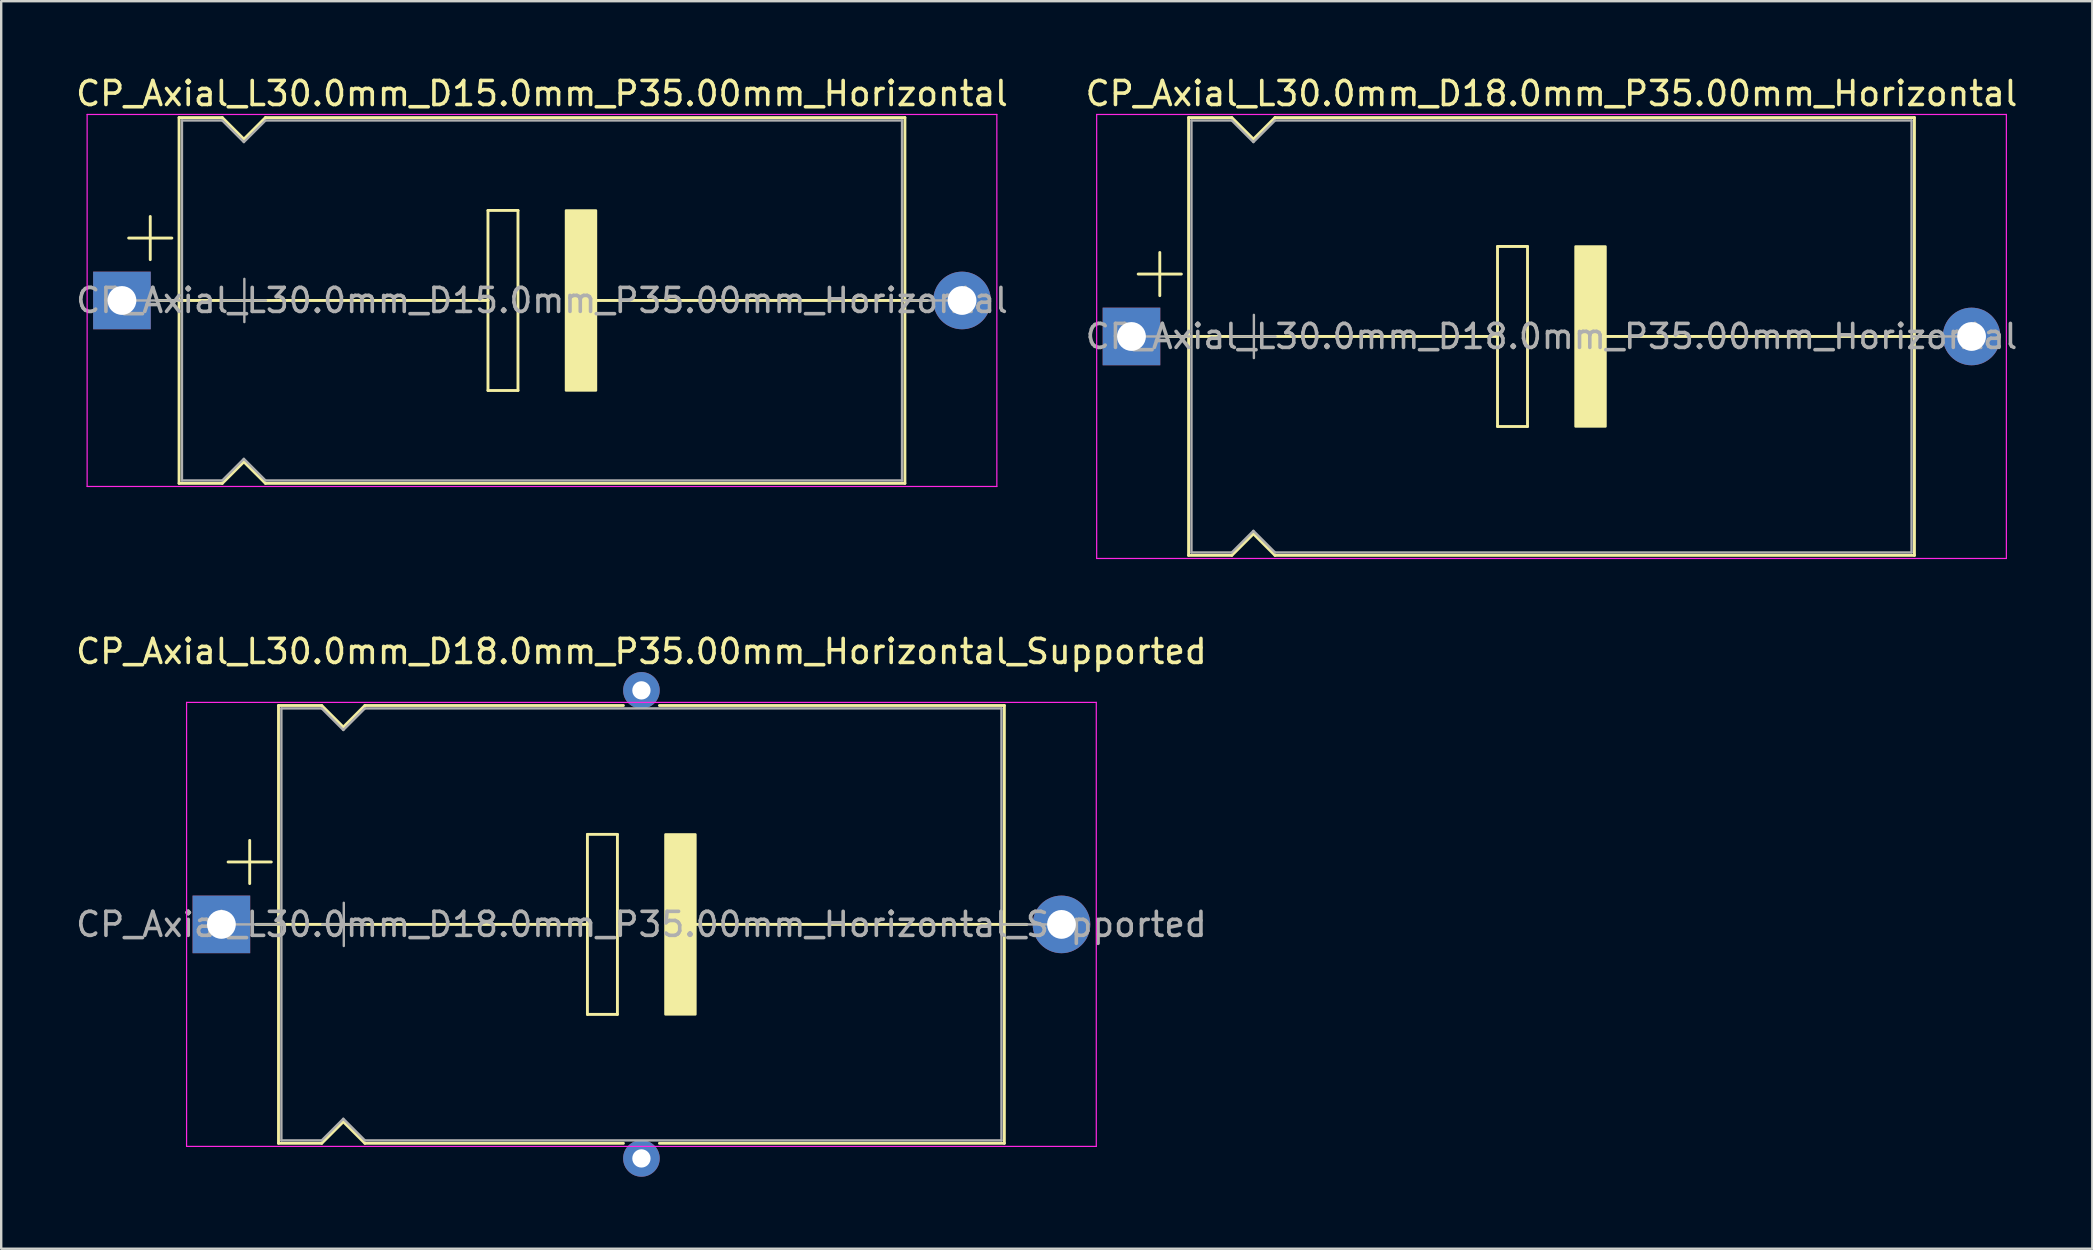
<source format=kicad_pcb>
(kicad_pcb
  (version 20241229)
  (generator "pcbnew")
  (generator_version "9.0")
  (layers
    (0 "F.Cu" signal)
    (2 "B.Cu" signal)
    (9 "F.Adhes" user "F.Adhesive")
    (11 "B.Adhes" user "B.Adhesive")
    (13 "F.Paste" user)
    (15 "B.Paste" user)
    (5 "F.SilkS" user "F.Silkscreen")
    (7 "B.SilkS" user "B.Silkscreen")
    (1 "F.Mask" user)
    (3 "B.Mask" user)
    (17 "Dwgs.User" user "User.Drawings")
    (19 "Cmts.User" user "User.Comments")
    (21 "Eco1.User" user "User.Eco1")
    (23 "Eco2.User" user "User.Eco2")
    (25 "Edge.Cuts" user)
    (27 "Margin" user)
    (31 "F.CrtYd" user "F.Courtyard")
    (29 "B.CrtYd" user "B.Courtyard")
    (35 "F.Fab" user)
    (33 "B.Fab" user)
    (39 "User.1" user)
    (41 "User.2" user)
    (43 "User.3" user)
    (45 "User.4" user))
  (footprint "CP_Axial_L30.0mm_D15.0mm_P35.00mm_Horizontal"
    (layer "F.Cu")
    (at 2.03 9.468)
    (property "Reference" "CP_Axial_L30.0mm_D15.0mm_P35.00mm_Horizontal" (at 17.5 -8.62 0) (layer "F.SilkS") (effects (font (size 1 1) (thickness 0.15))))
    (attr through_hole)
    (fp_line (start 0.28 -2.6) (end 2.08 -2.6) (stroke (width 0.12) (type solid)) (layer "F.SilkS"))
    (fp_line (start 1.18 -3.5) (end 1.18 -1.7) (stroke (width 0.12) (type solid)) (layer "F.SilkS"))
    (fp_line (start 1.44 0) (end 2.38 0) (stroke (width 0.12) (type solid)) (layer "F.SilkS"))
    (fp_line (start 2.38 -7.62) (end 2.38 7.62) (stroke (width 0.12) (type solid)) (layer "F.SilkS"))
    (fp_line (start 2.38 -7.62) (end 4.18 -7.62) (stroke (width 0.12) (type solid)) (layer "F.SilkS"))
    (fp_line (start 2.38 0) (end 15.25 0) (stroke (width 0.12) (type solid)) (layer "F.SilkS"))
    (fp_line (start 2.38 7.62) (end 4.18 7.62) (stroke (width 0.12) (type solid)) (layer "F.SilkS"))
    (fp_line (start 4.18 -7.62) (end 5.08 -6.72) (stroke (width 0.12) (type solid)) (layer "F.SilkS"))
    (fp_line (start 4.18 7.62) (end 5.08 6.72) (stroke (width 0.12) (type solid)) (layer "F.SilkS"))
    (fp_line (start 5.08 -6.72) (end 5.98 -7.62) (stroke (width 0.12) (type solid)) (layer "F.SilkS"))
    (fp_line (start 5.08 6.72) (end 5.98 7.62) (stroke (width 0.12) (type solid)) (layer "F.SilkS"))
    (fp_line (start 5.98 -7.62) (end 32.62 -7.62) (stroke (width 0.12) (type solid)) (layer "F.SilkS"))
    (fp_line (start 5.98 7.62) (end 32.62 7.62) (stroke (width 0.12) (type solid)) (layer "F.SilkS"))
    (fp_line (start 15.25 -3.75) (end 16.5 -3.75) (stroke (width 0.12) (type solid)) (layer "F.SilkS"))
    (fp_line (start 15.25 0) (end 15.25 -3.75) (stroke (width 0.12) (type solid)) (layer "F.SilkS"))
    (fp_line (start 15.25 3.75) (end 15.25 0) (stroke (width 0.12) (type solid)) (layer "F.SilkS"))
    (fp_line (start 16.5 -3.75) (end 16.5 3.75) (stroke (width 0.12) (type solid)) (layer "F.SilkS"))
    (fp_line (start 16.5 3.75) (end 15.25 3.75) (stroke (width 0.12) (type solid)) (layer "F.SilkS"))
    (fp_line (start 19.75 0) (end 32.639 0) (stroke (width 0.12) (type solid)) (layer "F.SilkS"))
    (fp_line (start 32.62 -7.62) (end 32.62 7.62) (stroke (width 0.12) (type solid)) (layer "F.SilkS"))
    (fp_line (start 33.56 0) (end 32.62 0) (stroke (width 0.12) (type solid)) (layer "F.SilkS"))
    (fp_poly (pts (xy 19.75 3.75) (xy 18.5 3.75) (xy 18.5 -3.75) (xy 19.75 -3.75)) (stroke (width 0.1) (type solid)) (fill yes) (layer "F.SilkS"))
    (fp_line (start -1.45 -7.75) (end -1.45 7.75) (stroke (width 0.05) (type solid)) (layer "F.CrtYd"))
    (fp_line (start -1.45 7.75) (end 36.45 7.75) (stroke (width 0.05) (type solid)) (layer "F.CrtYd"))
    (fp_line (start 36.45 -7.75) (end -1.45 -7.75) (stroke (width 0.05) (type solid)) (layer "F.CrtYd"))
    (fp_line (start 36.45 7.75) (end 36.45 -7.75) (stroke (width 0.05) (type solid)) (layer "F.CrtYd"))
    (fp_line (start 0 0) (end 2.5 0) (stroke (width 0.1) (type solid)) (layer "F.Fab"))
    (fp_line (start 2.5 -7.5) (end 2.5 7.5) (stroke (width 0.1) (type solid)) (layer "F.Fab"))
    (fp_line (start 2.5 -7.5) (end 4.18 -7.5) (stroke (width 0.1) (type solid)) (layer "F.Fab"))
    (fp_line (start 2.5 7.5) (end 4.18 7.5) (stroke (width 0.1) (type solid)) (layer "F.Fab"))
    (fp_line (start 4.18 -7.5) (end 5.08 -6.6) (stroke (width 0.1) (type solid)) (layer "F.Fab"))
    (fp_line (start 4.18 7.5) (end 5.08 6.6) (stroke (width 0.1) (type solid)) (layer "F.Fab"))
    (fp_line (start 4.2 0) (end 6 0) (stroke (width 0.1) (type solid)) (layer "F.Fab"))
    (fp_line (start 5.08 -6.6) (end 5.98 -7.5) (stroke (width 0.1) (type solid)) (layer "F.Fab"))
    (fp_line (start 5.08 6.6) (end 5.98 7.5) (stroke (width 0.1) (type solid)) (layer "F.Fab"))
    (fp_line (start 5.1 -0.9) (end 5.1 0.9) (stroke (width 0.1) (type solid)) (layer "F.Fab"))
    (fp_line (start 5.98 -7.5) (end 32.5 -7.5) (stroke (width 0.1) (type solid)) (layer "F.Fab"))
    (fp_line (start 5.98 7.5) (end 32.5 7.5) (stroke (width 0.1) (type solid)) (layer "F.Fab"))
    (fp_line (start 32.5 -7.5) (end 32.5 7.5) (stroke (width 0.1) (type solid)) (layer "F.Fab"))
    (fp_line (start 35 0) (end 32.5 0) (stroke (width 0.1) (type solid)) (layer "F.Fab"))
    (fp_text user "${REFERENCE}" (at 17.5 0 0) (layer "F.Fab") (effects (font (size 1 1) (thickness 0.15))))
    (pad "1" thru_hole rect (at 0 0) (size 2.4 2.4) (drill 1.2) (layers "*.Cu" "*.Mask"))
    (pad "2" thru_hole oval (at 35 0) (size 2.4 2.4) (drill 1.2) (layers "*.Cu" "*.Mask")))
  (footprint "CP_Axial_L30.0mm_D18.0mm_P35.00mm_Horizontal_Supported"
    (layer "F.Cu")
    (at 6.173 35.462)
    (property "Reference" "CP_Axial_L30.0mm_D18.0mm_P35.00mm_Horizontal_Supported" (at 17.5 -11.37 0) (layer "F.SilkS") (effects (font (size 1 1) (thickness 0.15))))
    (attr through_hole)
    (fp_line (start 0.28 -2.6) (end 2.08 -2.6) (stroke (width 0.12) (type solid)) (layer "F.SilkS"))
    (fp_line (start 1.18 -3.5) (end 1.18 -1.7) (stroke (width 0.12) (type solid)) (layer "F.SilkS"))
    (fp_line (start 1.44 0) (end 2.38 0) (stroke (width 0.12) (type solid)) (layer "F.SilkS"))
    (fp_line (start 2.38 -9.12) (end 2.38 9.12) (stroke (width 0.12) (type solid)) (layer "F.SilkS"))
    (fp_line (start 2.38 -9.12) (end 4.18 -9.12) (stroke (width 0.12) (type solid)) (layer "F.SilkS"))
    (fp_line (start 2.38 0) (end 15.25 0) (stroke (width 0.12) (type solid)) (layer "F.SilkS"))
    (fp_line (start 2.38 9.12) (end 4.18 9.12) (stroke (width 0.12) (type solid)) (layer "F.SilkS"))
    (fp_line (start 4.18 -9.12) (end 5.08 -8.22) (stroke (width 0.12) (type solid)) (layer "F.SilkS"))
    (fp_line (start 4.18 9.12) (end 5.08 8.22) (stroke (width 0.12) (type solid)) (layer "F.SilkS"))
    (fp_line (start 5.08 -8.22) (end 5.98 -9.12) (stroke (width 0.12) (type solid)) (layer "F.SilkS"))
    (fp_line (start 5.08 8.22) (end 5.98 9.12) (stroke (width 0.12) (type solid)) (layer "F.SilkS"))
    (fp_line (start 5.98 -9.12) (end 16.75 -9.12) (stroke (width 0.12) (type solid)) (layer "F.SilkS"))
    (fp_line (start 5.98 9.12) (end 16.75 9.12) (stroke (width 0.12) (type solid)) (layer "F.SilkS"))
    (fp_line (start 15.25 -3.75) (end 16.5 -3.75) (stroke (width 0.12) (type solid)) (layer "F.SilkS"))
    (fp_line (start 15.25 0) (end 15.25 -3.75) (stroke (width 0.12) (type solid)) (layer "F.SilkS"))
    (fp_line (start 15.25 3.75) (end 15.25 0) (stroke (width 0.12) (type solid)) (layer "F.SilkS"))
    (fp_line (start 16.5 -3.75) (end 16.5 3.75) (stroke (width 0.12) (type solid)) (layer "F.SilkS"))
    (fp_line (start 16.5 3.75) (end 15.25 3.75) (stroke (width 0.12) (type solid)) (layer "F.SilkS"))
    (fp_line (start 18.25 -9.12) (end 32.62 -9.12) (stroke (width 0.12) (type solid)) (layer "F.SilkS"))
    (fp_line (start 18.25 9.12) (end 32.62 9.12) (stroke (width 0.12) (type solid)) (layer "F.SilkS"))
    (fp_line (start 19.75 0) (end 32.62 0) (stroke (width 0.12) (type solid)) (layer "F.SilkS"))
    (fp_line (start 32.62 -9.12) (end 32.62 9.12) (stroke (width 0.12) (type solid)) (layer "F.SilkS"))
    (fp_line (start 33.56 0) (end 32.62 0) (stroke (width 0.12) (type solid)) (layer "F.SilkS"))
    (fp_poly (pts (xy 19.75 3.75) (xy 18.5 3.75) (xy 18.5 -3.75) (xy 19.75 -3.75)) (stroke (width 0.1) (type solid)) (fill yes) (layer "F.SilkS"))
    (fp_line (start -1.45 -9.25) (end -1.45 9.25) (stroke (width 0.05) (type solid)) (layer "F.CrtYd"))
    (fp_line (start -1.45 9.25) (end 36.45 9.25) (stroke (width 0.05) (type solid)) (layer "F.CrtYd"))
    (fp_line (start 36.45 -9.25) (end -1.45 -9.25) (stroke (width 0.05) (type solid)) (layer "F.CrtYd"))
    (fp_line (start 36.45 9.25) (end 36.45 -9.25) (stroke (width 0.05) (type solid)) (layer "F.CrtYd"))
    (fp_line (start 0 0) (end 2.5 0) (stroke (width 0.1) (type solid)) (layer "F.Fab"))
    (fp_line (start 2.5 -9) (end 2.5 9) (stroke (width 0.1) (type solid)) (layer "F.Fab"))
    (fp_line (start 2.5 -9) (end 4.18 -9) (stroke (width 0.1) (type solid)) (layer "F.Fab"))
    (fp_line (start 2.5 9) (end 4.18 9) (stroke (width 0.1) (type solid)) (layer "F.Fab"))
    (fp_line (start 4.18 -9) (end 5.08 -8.1) (stroke (width 0.1) (type solid)) (layer "F.Fab"))
    (fp_line (start 4.18 9) (end 5.08 8.1) (stroke (width 0.1) (type solid)) (layer "F.Fab"))
    (fp_line (start 4.2 0) (end 6 0) (stroke (width 0.1) (type solid)) (layer "F.Fab"))
    (fp_line (start 5.08 -8.1) (end 5.98 -9) (stroke (width 0.1) (type solid)) (layer "F.Fab"))
    (fp_line (start 5.08 8.1) (end 5.98 9) (stroke (width 0.1) (type solid)) (layer "F.Fab"))
    (fp_line (start 5.1 -0.9) (end 5.1 0.9) (stroke (width 0.1) (type solid)) (layer "F.Fab"))
    (fp_line (start 5.98 -9) (end 32.5 -9) (stroke (width 0.1) (type solid)) (layer "F.Fab"))
    (fp_line (start 5.98 9) (end 32.5 9) (stroke (width 0.1) (type solid)) (layer "F.Fab"))
    (fp_line (start 32.5 -9) (end 32.5 9) (stroke (width 0.1) (type solid)) (layer "F.Fab"))
    (fp_line (start 35 0) (end 32.5 0) (stroke (width 0.1) (type solid)) (layer "F.Fab"))
    (fp_text user "${REFERENCE}" (at 17.5 0 0) (layer "F.Fab") (effects (font (size 1 1) (thickness 0.15))))
    (pad "" thru_hole circle (at 17.5 -9.75) (size 1.524 1.524) (drill 0.762) (layers "*.Cu" "*.Mask"))
    (pad "" thru_hole circle (at 17.5 9.75) (size 1.524 1.524) (drill 0.762) (layers "*.Cu" "*.Mask"))
    (pad "1" thru_hole rect (at 0 0) (size 2.4 2.4) (drill 1.2) (layers "*.Cu" "*.Mask"))
    (pad "2" thru_hole oval (at 35 0) (size 2.4 2.4) (drill 1.2) (layers "*.Cu" "*.Mask")))
  (footprint "CP_Axial_L30.0mm_D18.0mm_P35.00mm_Horizontal"
    (layer "F.Cu")
    (at 44.089 10.968)
    (property "Reference" "CP_Axial_L30.0mm_D18.0mm_P35.00mm_Horizontal" (at 17.5 -10.12 0) (layer "F.SilkS") (effects (font (size 1 1) (thickness 0.15))))
    (attr through_hole)
    (fp_line (start 0.28 -2.6) (end 2.08 -2.6) (stroke (width 0.12) (type solid)) (layer "F.SilkS"))
    (fp_line (start 1.18 -3.5) (end 1.18 -1.7) (stroke (width 0.12) (type solid)) (layer "F.SilkS"))
    (fp_line (start 1.44 0) (end 2.38 0) (stroke (width 0.12) (type solid)) (layer "F.SilkS"))
    (fp_line (start 2.38 -9.12) (end 2.38 9.12) (stroke (width 0.12) (type solid)) (layer "F.SilkS"))
    (fp_line (start 2.38 -9.12) (end 4.18 -9.12) (stroke (width 0.12) (type solid)) (layer "F.SilkS"))
    (fp_line (start 2.38 0) (end 15.25 0) (stroke (width 0.12) (type solid)) (layer "F.SilkS"))
    (fp_line (start 2.38 9.12) (end 4.18 9.12) (stroke (width 0.12) (type solid)) (layer "F.SilkS"))
    (fp_line (start 4.18 -9.12) (end 5.08 -8.22) (stroke (width 0.12) (type solid)) (layer "F.SilkS"))
    (fp_line (start 4.18 9.12) (end 5.08 8.22) (stroke (width 0.12) (type solid)) (layer "F.SilkS"))
    (fp_line (start 5.08 -8.22) (end 5.98 -9.12) (stroke (width 0.12) (type solid)) (layer "F.SilkS"))
    (fp_line (start 5.08 8.22) (end 5.98 9.12) (stroke (width 0.12) (type solid)) (layer "F.SilkS"))
    (fp_line (start 5.98 -9.12) (end 32.62 -9.12) (stroke (width 0.12) (type solid)) (layer "F.SilkS"))
    (fp_line (start 5.98 9.12) (end 32.62 9.12) (stroke (width 0.12) (type solid)) (layer "F.SilkS"))
    (fp_line (start 15.25 -3.75) (end 16.5 -3.75) (stroke (width 0.12) (type solid)) (layer "F.SilkS"))
    (fp_line (start 15.25 0) (end 15.25 -3.75) (stroke (width 0.12) (type solid)) (layer "F.SilkS"))
    (fp_line (start 15.25 3.75) (end 15.25 0) (stroke (width 0.12) (type solid)) (layer "F.SilkS"))
    (fp_line (start 16.5 -3.75) (end 16.5 3.75) (stroke (width 0.12) (type solid)) (layer "F.SilkS"))
    (fp_line (start 16.5 3.75) (end 15.25 3.75) (stroke (width 0.12) (type solid)) (layer "F.SilkS"))
    (fp_line (start 19.75 0) (end 32.62 0) (stroke (width 0.12) (type solid)) (layer "F.SilkS"))
    (fp_line (start 32.62 -9.12) (end 32.62 9.12) (stroke (width 0.12) (type solid)) (layer "F.SilkS"))
    (fp_line (start 33.56 0) (end 32.62 0) (stroke (width 0.12) (type solid)) (layer "F.SilkS"))
    (fp_poly (pts (xy 19.75 3.75) (xy 18.5 3.75) (xy 18.5 -3.75) (xy 19.75 -3.75)) (stroke (width 0.1) (type solid)) (fill yes) (layer "F.SilkS"))
    (fp_line (start -1.45 -9.25) (end -1.45 9.25) (stroke (width 0.05) (type solid)) (layer "F.CrtYd"))
    (fp_line (start -1.45 9.25) (end 36.45 9.25) (stroke (width 0.05) (type solid)) (layer "F.CrtYd"))
    (fp_line (start 36.45 -9.25) (end -1.45 -9.25) (stroke (width 0.05) (type solid)) (layer "F.CrtYd"))
    (fp_line (start 36.45 9.25) (end 36.45 -9.25) (stroke (width 0.05) (type solid)) (layer "F.CrtYd"))
    (fp_line (start 0 0) (end 2.5 0) (stroke (width 0.1) (type solid)) (layer "F.Fab"))
    (fp_line (start 2.5 -9) (end 2.5 9) (stroke (width 0.1) (type solid)) (layer "F.Fab"))
    (fp_line (start 2.5 -9) (end 4.18 -9) (stroke (width 0.1) (type solid)) (layer "F.Fab"))
    (fp_line (start 2.5 9) (end 4.18 9) (stroke (width 0.1) (type solid)) (layer "F.Fab"))
    (fp_line (start 4.18 -9) (end 5.08 -8.1) (stroke (width 0.1) (type solid)) (layer "F.Fab"))
    (fp_line (start 4.18 9) (end 5.08 8.1) (stroke (width 0.1) (type solid)) (layer "F.Fab"))
    (fp_line (start 4.2 0) (end 6 0) (stroke (width 0.1) (type solid)) (layer "F.Fab"))
    (fp_line (start 5.08 -8.1) (end 5.98 -9) (stroke (width 0.1) (type solid)) (layer "F.Fab"))
    (fp_line (start 5.08 8.1) (end 5.98 9) (stroke (width 0.1) (type solid)) (layer "F.Fab"))
    (fp_line (start 5.1 -0.9) (end 5.1 0.9) (stroke (width 0.1) (type solid)) (layer "F.Fab"))
    (fp_line (start 5.98 -9) (end 32.5 -9) (stroke (width 0.1) (type solid)) (layer "F.Fab"))
    (fp_line (start 5.98 9) (end 32.5 9) (stroke (width 0.1) (type solid)) (layer "F.Fab"))
    (fp_line (start 32.5 -9) (end 32.5 9) (stroke (width 0.1) (type solid)) (layer "F.Fab"))
    (fp_line (start 35 0) (end 32.5 0) (stroke (width 0.1) (type solid)) (layer "F.Fab"))
    (fp_text user "${REFERENCE}" (at 17.5 0 0) (layer "F.Fab") (effects (font (size 1 1) (thickness 0.15))))
    (pad "1" thru_hole rect (at 0 0) (size 2.4 2.4) (drill 1.2) (layers "*.Cu" "*.Mask"))
    (pad "2" thru_hole oval (at 35 0) (size 2.4 2.4) (drill 1.2) (layers "*.Cu" "*.Mask")))
  (gr_rect
    (start -3 -3)
    (end 84.119 48.974)
    (stroke (width 0.1) (type default))
    (fill no)
    (layer "Edge.Cuts")))
</source>
